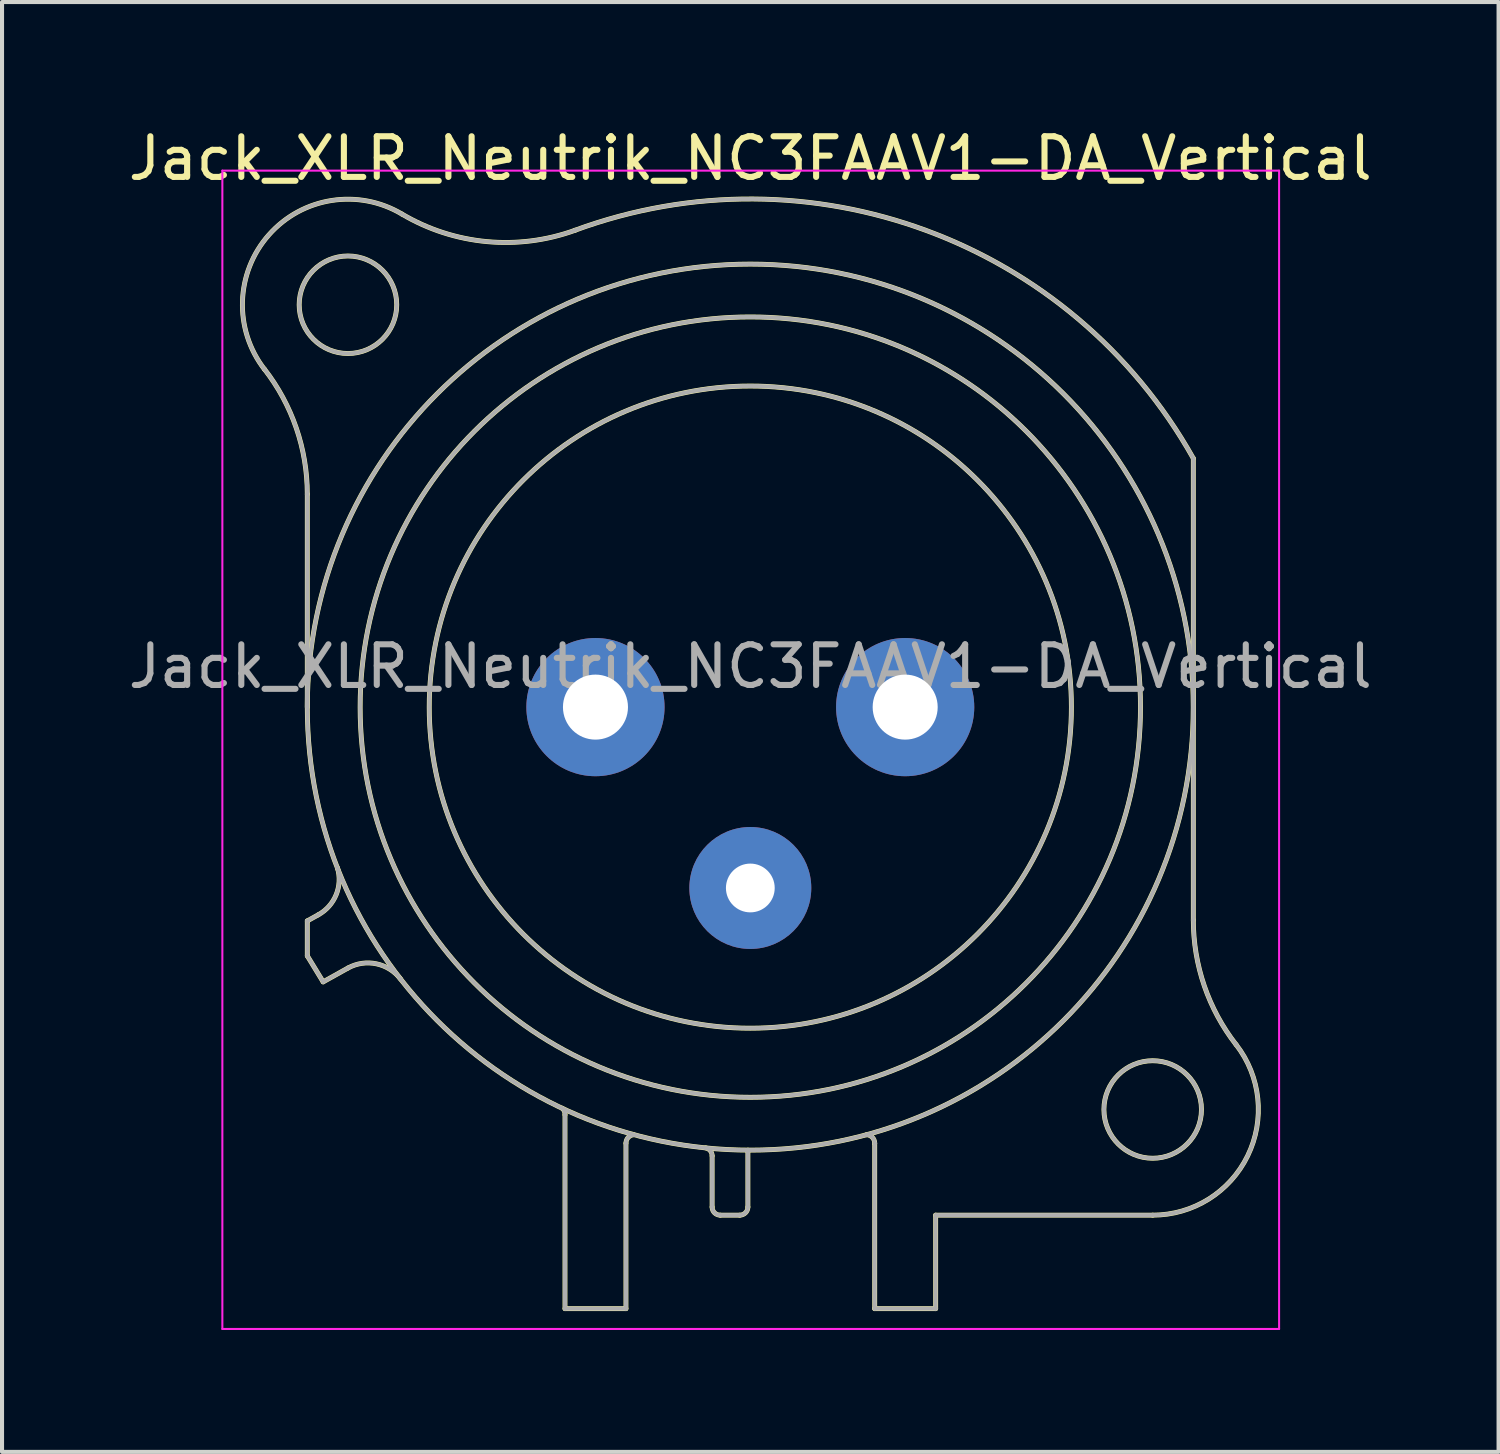
<source format=kicad_pcb>
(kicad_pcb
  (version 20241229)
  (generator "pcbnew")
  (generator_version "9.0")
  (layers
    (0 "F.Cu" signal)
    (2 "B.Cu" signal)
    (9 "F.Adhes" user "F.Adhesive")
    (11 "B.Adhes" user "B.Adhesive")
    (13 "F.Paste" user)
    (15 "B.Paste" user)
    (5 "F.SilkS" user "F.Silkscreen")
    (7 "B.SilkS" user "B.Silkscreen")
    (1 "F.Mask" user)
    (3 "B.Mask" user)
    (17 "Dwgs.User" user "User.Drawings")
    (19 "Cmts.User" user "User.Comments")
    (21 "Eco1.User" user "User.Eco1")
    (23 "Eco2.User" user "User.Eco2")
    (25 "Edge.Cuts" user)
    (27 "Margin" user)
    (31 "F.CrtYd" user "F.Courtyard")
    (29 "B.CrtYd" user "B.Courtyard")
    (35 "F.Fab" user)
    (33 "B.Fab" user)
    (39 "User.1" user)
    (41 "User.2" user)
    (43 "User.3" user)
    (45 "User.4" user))
  (footprint "Jack_XLR_Neutrik_NC3FAAV1-DA_Vertical"
    (layer "F.Cu")
    (at 19.221 14.348)
    (property "Reference" "Jack_XLR_Neutrik_NC3FAAV1-DA_Vertical" (at -3.81 -13.5 0) (layer "F.SilkS") (effects (font (size 1 1) (thickness 0.15))))
    (attr through_hole)
    (fp_line (start -14.71 0) (end -14.71 -5.24) (stroke (width 0.12) (type solid)) (layer "F.SilkS"))
    (fp_line (start -14.71 5.26) (end -14.44 5.11) (stroke (width 0.12) (type solid)) (layer "F.SilkS"))
    (fp_line (start -14.71 6.12) (end -14.71 5.26) (stroke (width 0.12) (type solid)) (layer "F.SilkS"))
    (fp_line (start -14.32 6.76) (end -14.71 6.12) (stroke (width 0.12) (type solid)) (layer "F.SilkS"))
    (fp_line (start -13.71 6.42) (end -14.32 6.76) (stroke (width 0.12) (type solid)) (layer "F.SilkS"))
    (fp_line (start -8.37 10.03) (end -8.37 14.8) (stroke (width 0.12) (type solid)) (layer "F.SilkS"))
    (fp_line (start -6.87 14.8) (end -8.37 14.8) (stroke (width 0.12) (type solid)) (layer "F.SilkS"))
    (fp_line (start -6.87 14.8) (end -6.87 10.73) (stroke (width 0.12) (type solid)) (layer "F.SilkS"))
    (fp_line (start -4.75 11.04) (end -4.75 12.3) (stroke (width 0.12) (type solid)) (layer "F.SilkS"))
    (fp_line (start -4.07 12.5) (end -4.55 12.5) (stroke (width 0.12) (type solid)) (layer "F.SilkS"))
    (fp_line (start -3.87 10.9) (end -3.87 12.3) (stroke (width 0.12) (type solid)) (layer "F.SilkS"))
    (fp_line (start -0.75 10.73) (end -0.75 10.73) (stroke (width 0.12) (type solid)) (layer "F.SilkS"))
    (fp_line (start -0.75 14.8) (end -0.75 10.73) (stroke (width 0.12) (type solid)) (layer "F.SilkS"))
    (fp_line (start 0.75 12.5) (end 6.09 12.5) (stroke (width 0.12) (type solid)) (layer "F.SilkS"))
    (fp_line (start 0.75 14.8) (end -0.75 14.8) (stroke (width 0.12) (type solid)) (layer "F.SilkS"))
    (fp_line (start 0.75 14.8) (end 0.75 12.5) (stroke (width 0.12) (type solid)) (layer "F.SilkS"))
    (fp_line (start 7.09 5.24) (end 7.09 -6.12) (stroke (width 0.12) (type solid)) (layer "F.SilkS"))
    (fp_arc (start -15.766689 -8.317569) (mid -14.98153 -6.866962) (end -14.71 -5.24) (stroke (width 0.12) (type solid)) (layer "F.SilkS"))
    (fp_arc (start -15.761979 -8.309032) (mid -15.65429 -11.620911) (end -12.38 -12.13) (stroke (width 0.12) (type solid)) (layer "F.SilkS"))
    (fp_arc (start -13.969214 3.951372) (mid -13.999461 4.614043) (end -14.44 5.11) (stroke (width 0.12) (type solid)) (layer "F.SilkS"))
    (fp_arc (start -13.71 6.42) (mid -13.01025 6.315915) (end -12.412202 6.693832) (stroke (width 0.12) (type solid)) (layer "F.SilkS"))
    (fp_arc (start -8.436364 9.870864) (mid -8.385177 9.942924) (end -8.37 10.03) (stroke (width 0.12) (type solid)) (layer "F.SilkS"))
    (fp_arc (start -8.12905 -11.730738) (mid 0.51404 -11.7289) (end 7.09 -6.12) (stroke (width 0.12) (type solid)) (layer "F.SilkS"))
    (fp_arc (start -8.118081 -11.733841) (mid -10.293498 -11.453642) (end -12.38 -12.13) (stroke (width 0.12) (type solid)) (layer "F.SilkS"))
    (fp_arc (start -6.87 10.73) (mid -6.814828 10.588126) (end -6.678303 10.520799) (stroke (width 0.12) (type solid)) (layer "F.SilkS"))
    (fp_arc (start -4.908418 10.84437) (mid -4.794571 10.914136) (end -4.75 11.04) (stroke (width 0.12) (type solid)) (layer "F.SilkS"))
    (fp_arc (start -4.55 12.5) (mid -4.691421 12.441421) (end -4.75 12.3) (stroke (width 0.12) (type solid)) (layer "F.SilkS"))
    (fp_arc (start -3.87 12.3) (mid -3.928579 12.441421) (end -4.07 12.5) (stroke (width 0.12) (type solid)) (layer "F.SilkS"))
    (fp_arc (start -0.949009 10.520288) (mid -0.807671 10.585446) (end -0.75 10.73) (stroke (width 0.12) (type solid)) (layer "F.SilkS"))
    (fp_arc (start 8.141619 8.302858) (mid 8.42587 11.041804) (end 6.09 12.5) (stroke (width 0.12) (type solid)) (layer "F.SilkS"))
    (fp_arc (start 8.14247 8.305283) (mid 7.360446 6.860467) (end 7.09 5.24) (stroke (width 0.12) (type solid)) (layer "F.SilkS"))
    (fp_circle (center -13.71 -9.9) (end -12.51 -9.9) (stroke (width 0.12) (type solid)) (fill no) (layer "F.SilkS"))
    (fp_circle (center -3.81 0) (end 4.09 0) (stroke (width 0.12) (type solid)) (fill no) (layer "F.SilkS"))
    (fp_circle (center -3.81 0) (end 5.79 0) (stroke (width 0.12) (type solid)) (fill no) (layer "F.SilkS"))
    (fp_circle (center -3.81 0) (end 7.09 0) (stroke (width 0.12) (type solid)) (fill no) (layer "F.SilkS"))
    (fp_circle (center 6.09 9.9) (end 7.29 9.9) (stroke (width 0.12) (type solid)) (fill no) (layer "F.SilkS"))
    (fp_line (start -16.8 -13.2) (end 9.2 -13.2) (stroke (width 0.05) (type solid)) (layer "F.CrtYd"))
    (fp_line (start -16.8 15.3) (end -16.8 -13.2) (stroke (width 0.05) (type solid)) (layer "F.CrtYd"))
    (fp_line (start 9.2 -13.2) (end 9.2 15.3) (stroke (width 0.05) (type solid)) (layer "F.CrtYd"))
    (fp_line (start 9.2 15.3) (end -16.8 15.3) (stroke (width 0.05) (type solid)) (layer "F.CrtYd"))
    (fp_line (start -14.71 0) (end -14.71 -5.24) (stroke (width 0.1) (type solid)) (layer "F.Fab"))
    (fp_line (start -14.71 5.26) (end -14.44 5.11) (stroke (width 0.1) (type solid)) (layer "F.Fab"))
    (fp_line (start -14.71 6.12) (end -14.71 5.26) (stroke (width 0.1) (type solid)) (layer "F.Fab"))
    (fp_line (start -14.32 6.76) (end -14.71 6.12) (stroke (width 0.1) (type solid)) (layer "F.Fab"))
    (fp_line (start -13.71 6.42) (end -14.32 6.76) (stroke (width 0.1) (type solid)) (layer "F.Fab"))
    (fp_line (start -8.37 10.03) (end -8.37 14.8) (stroke (width 0.1) (type solid)) (layer "F.Fab"))
    (fp_line (start -6.87 14.8) (end -8.37 14.8) (stroke (width 0.1) (type solid)) (layer "F.Fab"))
    (fp_line (start -6.87 14.8) (end -6.87 10.73) (stroke (width 0.1) (type solid)) (layer "F.Fab"))
    (fp_line (start -4.75 11.04) (end -4.75 12.3) (stroke (width 0.1) (type solid)) (layer "F.Fab"))
    (fp_line (start -4.07 12.5) (end -4.55 12.5) (stroke (width 0.1) (type solid)) (layer "F.Fab"))
    (fp_line (start -3.87 10.9) (end -3.87 12.3) (stroke (width 0.1) (type solid)) (layer "F.Fab"))
    (fp_line (start -0.75 10.73) (end -0.75 10.73) (stroke (width 0.1) (type solid)) (layer "F.Fab"))
    (fp_line (start -0.75 14.8) (end -0.75 10.73) (stroke (width 0.1) (type solid)) (layer "F.Fab"))
    (fp_line (start 0.75 12.5) (end 6.09 12.5) (stroke (width 0.1) (type solid)) (layer "F.Fab"))
    (fp_line (start 0.75 14.8) (end -0.75 14.8) (stroke (width 0.1) (type solid)) (layer "F.Fab"))
    (fp_line (start 0.75 14.8) (end 0.75 12.5) (stroke (width 0.1) (type solid)) (layer "F.Fab"))
    (fp_line (start 7.09 5.24) (end 7.09 -6.12) (stroke (width 0.1) (type solid)) (layer "F.Fab"))
    (fp_arc (start -15.766689 -8.317569) (mid -14.98153 -6.866962) (end -14.71 -5.24) (stroke (width 0.1) (type solid)) (layer "F.Fab"))
    (fp_arc (start -15.761979 -8.309032) (mid -15.65429 -11.620911) (end -12.38 -12.13) (stroke (width 0.1) (type solid)) (layer "F.Fab"))
    (fp_arc (start -13.969214 3.951372) (mid -13.999461 4.614043) (end -14.44 5.11) (stroke (width 0.1) (type solid)) (layer "F.Fab"))
    (fp_arc (start -13.71 6.42) (mid -13.01025 6.315915) (end -12.412202 6.693832) (stroke (width 0.1) (type solid)) (layer "F.Fab"))
    (fp_arc (start -8.436364 9.870864) (mid -8.385177 9.942924) (end -8.37 10.03) (stroke (width 0.1) (type solid)) (layer "F.Fab"))
    (fp_arc (start -8.12905 -11.730738) (mid 0.51404 -11.7289) (end 7.09 -6.12) (stroke (width 0.1) (type solid)) (layer "F.Fab"))
    (fp_arc (start -8.118081 -11.733841) (mid -10.293498 -11.453642) (end -12.38 -12.13) (stroke (width 0.1) (type solid)) (layer "F.Fab"))
    (fp_arc (start -6.87 10.73) (mid -6.814828 10.588126) (end -6.678303 10.520799) (stroke (width 0.1) (type solid)) (layer "F.Fab"))
    (fp_arc (start -4.908418 10.84437) (mid -4.794571 10.914136) (end -4.75 11.04) (stroke (width 0.1) (type solid)) (layer "F.Fab"))
    (fp_arc (start -4.55 12.5) (mid -4.691421 12.441421) (end -4.75 12.3) (stroke (width 0.1) (type solid)) (layer "F.Fab"))
    (fp_arc (start -3.87 12.3) (mid -3.928579 12.441421) (end -4.07 12.5) (stroke (width 0.1) (type solid)) (layer "F.Fab"))
    (fp_arc (start -0.949009 10.520288) (mid -0.807671 10.585446) (end -0.75 10.73) (stroke (width 0.1) (type solid)) (layer "F.Fab"))
    (fp_arc (start 8.141619 8.302858) (mid 8.42587 11.041804) (end 6.09 12.5) (stroke (width 0.1) (type solid)) (layer "F.Fab"))
    (fp_arc (start 8.14247 8.305283) (mid 7.360446 6.860467) (end 7.09 5.24) (stroke (width 0.1) (type solid)) (layer "F.Fab"))
    (fp_circle (center -13.71 -9.9) (end -12.51 -9.9) (stroke (width 0.1) (type solid)) (fill no) (layer "F.Fab"))
    (fp_circle (center -3.81 0) (end 4.09 0) (stroke (width 0.1) (type solid)) (fill no) (layer "F.Fab"))
    (fp_circle (center -3.81 0) (end 5.79 0) (stroke (width 0.1) (type solid)) (fill no) (layer "F.Fab"))
    (fp_circle (center -3.81 0) (end 7.09 0) (stroke (width 0.1) (type solid)) (fill no) (layer "F.Fab"))
    (fp_circle (center 6.09 9.9) (end 7.29 9.9) (stroke (width 0.1) (type solid)) (fill no) (layer "F.Fab"))
    (fp_text user "${REFERENCE}" (at -3.81 -1 0) (layer "F.Fab") (effects (font (size 1 1) (thickness 0.15))))
    (pad "1" thru_hole circle (at 0 0) (size 3.4 3.4) (drill 1.6) (layers "*.Cu" "*.Mask"))
    (pad "2" thru_hole circle (at -7.62 0) (size 3.4 3.4) (drill 1.6) (layers "*.Cu" "*.Mask"))
    (pad "3" thru_hole circle (at -3.81 4.45) (size 3 3) (drill 1.2) (layers "*.Cu" "*.Mask")))
  (gr_rect
    (start -3 -3)
    (end 33.821 32.673)
    (stroke (width 0.1) (type default))
    (fill no)
    (layer "Edge.Cuts")))
</source>
